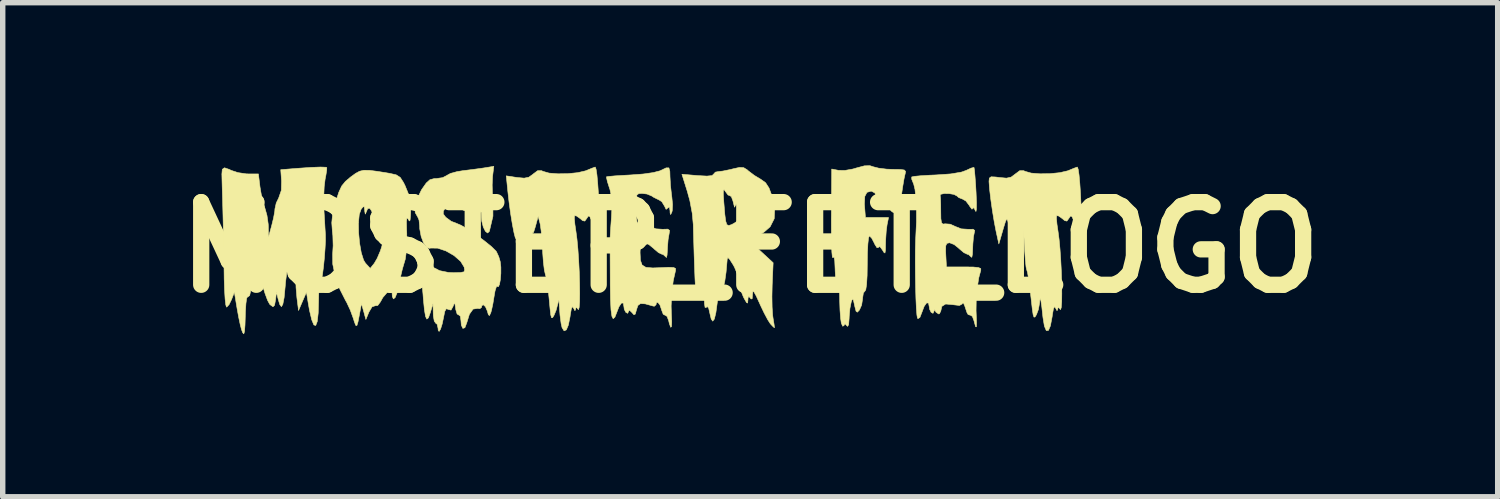
<source format=kicad_pcb>
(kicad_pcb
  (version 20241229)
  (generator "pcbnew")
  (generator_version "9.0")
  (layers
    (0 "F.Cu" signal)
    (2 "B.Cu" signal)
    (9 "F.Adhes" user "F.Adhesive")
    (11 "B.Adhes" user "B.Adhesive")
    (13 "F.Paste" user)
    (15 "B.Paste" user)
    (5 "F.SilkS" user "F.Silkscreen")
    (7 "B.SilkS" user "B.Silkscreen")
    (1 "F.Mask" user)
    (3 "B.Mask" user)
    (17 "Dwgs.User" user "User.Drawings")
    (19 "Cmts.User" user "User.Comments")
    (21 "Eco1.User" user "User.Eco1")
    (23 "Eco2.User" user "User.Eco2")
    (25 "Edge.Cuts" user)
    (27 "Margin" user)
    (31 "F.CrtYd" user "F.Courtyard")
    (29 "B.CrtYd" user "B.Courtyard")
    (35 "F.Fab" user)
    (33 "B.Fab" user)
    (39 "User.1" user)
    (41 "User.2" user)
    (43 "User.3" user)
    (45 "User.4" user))
  (footprint "MOSTER_FET_LOGO"
    (layer "F.Cu")
    (at 10.784 1.512)
    (property "Reference" "MOSTER_FET_LOGO" (at 0 0 0) (layer "F.SilkS") (effects (font (size 1.524 1.524) (thickness 0.3))))
    (attr through_hole)
    (fp_poly (pts (xy -7.023 -1.421) (xy -6.875 -1.402) (xy -6.664 -1.368) (xy -6.647 -1.365) (xy -6.528 -1.338) (xy -6.454 -1.291) (xy -6.395 -1.2) (xy -6.365 -1.14) (xy -6.298 -0.976) (xy -6.266 -0.827) (xy -6.261 -0.65) (xy -6.264 -0.593) (xy -6.272 -0.502) (xy -6.287 -0.487) (xy -6.311 -0.529) (xy -6.33 -0.542) (xy -6.339 -0.475) (xy -6.336 -0.327) (xy -6.333 -0.26) (xy -6.332 0.019) (xy -6.362 0.223) (xy -6.374 0.263) (xy -6.414 0.398) (xy -6.455 0.573) (xy -6.481 0.702) (xy -6.513 0.841) (xy -6.548 0.926) (xy -6.58 0.95) (xy -6.6 0.904) (xy -6.604 0.838) (xy -6.608 0.778) (xy -6.634 0.779) (xy -6.694 0.83) (xy -6.775 0.925) (xy -6.819 1.005) (xy -6.869 1.072) (xy -6.914 1.076) (xy -6.973 1.096) (xy -7.03 1.191) (xy -7.087 1.329) (xy -7.127 1.183) (xy -7.168 1.037) (xy -7.203 1.225) (xy -7.232 1.373) (xy -7.253 1.442) (xy -7.275 1.437) (xy -7.302 1.364) (xy -7.319 1.308) (xy -7.375 1.155) (xy -7.443 1.01) (xy -7.46 0.982) (xy -7.57 0.765) (xy -7.652 0.531) (xy -7.698 0.309) (xy -7.7 0.127) (xy -7.691 -0.031) (xy -7.696 -0.215) (xy -7.705 -0.296) (xy -7.716 -0.453) (xy -7.716 -0.456) (xy -7.224 -0.456) (xy -7.221 -0.27) (xy -7.203 -0.077) (xy -7.172 0.099) (xy -7.129 0.235) (xy -7.096 0.289) (xy -7.007 0.387) (xy -6.933 0.295) (xy -6.878 0.201) (xy -6.82 0.064) (xy -6.795 -0.012) (xy -6.758 -0.163) (xy -6.735 -0.304) (xy -6.732 -0.357) (xy -6.733 -0.487) (xy -6.805 -0.37) (xy -6.874 -0.278) (xy -6.918 -0.266) (xy -6.939 -0.335) (xy -6.943 -0.42) (xy -6.953 -0.564) (xy -6.98 -0.669) (xy -7.016 -0.723) (xy -7.054 -0.714) (xy -7.083 -0.646) (xy -7.098 -0.614) (xy -7.108 -0.666) (xy -7.108 -0.677) (xy -7.117 -0.75) (xy -7.141 -0.745) (xy -7.175 -0.703) (xy -7.209 -0.608) (xy -7.224 -0.456) (xy -7.716 -0.456) (xy -7.701 -0.607) (xy -7.657 -0.794) (xy -7.641 -0.847) (xy -7.586 -1.017) (xy -7.533 -1.132) (xy -7.464 -1.217) (xy -7.366 -1.3) (xy -7.361 -1.303) (xy -7.276 -1.365) (xy -7.204 -1.404) (xy -7.126 -1.422) (xy -7.023 -1.421)) (stroke (width 0.01) (type solid)) (fill yes) (layer "F.SilkS"))
    (fp_poly (pts (xy 2.271 -1.486) (xy 2.37 -1.461) (xy 2.516 -1.443) (xy 2.63 -1.439) (xy 2.77 -1.437) (xy 2.843 -1.427) (xy 2.866 -1.4) (xy 2.856 -1.35) (xy 2.854 -1.344) (xy 2.836 -1.261) (xy 2.812 -1.119) (xy 2.786 -0.941) (xy 2.774 -0.847) (xy 2.75 -0.665) (xy 2.73 -0.559) (xy 2.713 -0.522) (xy 2.696 -0.545) (xy 2.691 -0.561) (xy 2.657 -0.636) (xy 2.621 -0.654) (xy 2.593 -0.677) (xy 2.565 -0.76) (xy 2.556 -0.808) (xy 2.527 -0.985) (xy 2.399 -0.741) (xy 2.353 -0.89) (xy 2.297 -1.005) (xy 2.232 -1.038) (xy 2.153 -1.015) (xy 2.113 -0.94) (xy 2.106 -0.8) (xy 2.11 -0.744) (xy 2.125 -0.55) (xy 2.551 -0.55) (xy 2.524 -0.418) (xy 2.508 -0.295) (xy 2.498 -0.137) (xy 2.496 -0.069) (xy 2.494 0.054) (xy 2.485 0.104) (xy 2.464 0.09) (xy 2.438 0.047) (xy 2.391 -0.016) (xy 2.363 0.001) (xy 2.338 0.006) (xy 2.298 -0.057) (xy 2.289 -0.077) (xy 2.242 -0.168) (xy 2.2 -0.211) (xy 2.196 -0.212) (xy 2.182 -0.172) (xy 2.17 -0.064) (xy 2.162 0.096) (xy 2.159 0.291) (xy 2.159 0.296) (xy 2.156 0.519) (xy 2.146 0.684) (xy 2.131 0.782) (xy 2.117 0.804) (xy 2.087 0.841) (xy 2.073 0.932) (xy 2.073 0.942) (xy 2.055 1.063) (xy 2.014 1.155) (xy 1.976 1.195) (xy 1.952 1.177) (xy 1.929 1.089) (xy 1.925 1.07) (xy 1.903 0.972) (xy 1.887 0.949) (xy 1.867 0.994) (xy 1.861 1.016) (xy 1.839 1.126) (xy 1.826 1.269) (xy 1.824 1.312) (xy 1.815 1.426) (xy 1.795 1.457) (xy 1.782 1.445) (xy 1.748 1.409) (xy 1.727 1.444) (xy 1.705 1.454) (xy 1.68 1.396) (xy 1.667 1.307) (xy 1.656 1.16) (xy 1.65 0.981) (xy 1.649 0.91) (xy 1.643 0.724) (xy 1.632 0.621) (xy 1.615 0.602) (xy 1.609 0.614) (xy 1.588 0.633) (xy 1.575 0.575) (xy 1.567 0.437) (xy 1.566 0.402) (xy 1.559 0.248) (xy 1.546 0.177) (xy 1.527 0.187) (xy 1.525 0.191) (xy 1.515 0.177) (xy 1.506 0.089) (xy 1.5 -0.063) (xy 1.497 -0.271) (xy 1.496 -0.523) (xy 1.497 -0.585) (xy 1.503 -1.445) (xy 1.628 -1.421) (xy 1.745 -1.419) (xy 1.896 -1.446) (xy 1.96 -1.465) (xy 2.106 -1.504) (xy 2.207 -1.507) (xy 2.271 -1.486)) (stroke (width 0.01) (type solid)) (fill yes) (layer "F.SilkS"))
    (fp_poly (pts (xy -2.842 -1.442) (xy -2.826 -1.336) (xy -2.812 -1.181) (xy -2.799 -0.995) (xy -2.79 -0.796) (xy -2.785 -0.601) (xy -2.785 -0.429) (xy -2.789 -0.339) (xy -2.812 -0.272) (xy -2.852 -0.256) (xy -2.878 -0.299) (xy -2.879 -0.315) (xy -2.893 -0.397) (xy -2.924 -0.495) (xy -2.959 -0.572) (xy -2.985 -0.578) (xy -3.012 -0.537) (xy -3.05 -0.485) (xy -3.091 -0.494) (xy -3.137 -0.533) (xy -3.204 -0.58) (xy -3.239 -0.585) (xy -3.243 -0.536) (xy -3.233 -0.427) (xy -3.213 -0.292) (xy -3.194 -0.149) (xy -3.177 0.033) (xy -3.163 0.239) (xy -3.152 0.454) (xy -3.146 0.663) (xy -3.144 0.851) (xy -3.146 1.005) (xy -3.154 1.108) (xy -3.167 1.147) (xy -3.173 1.143) (xy -3.208 1.101) (xy -3.219 1.132) (xy -3.22 1.143) (xy -3.232 1.168) (xy -3.257 1.122) (xy -3.279 1.093) (xy -3.298 1.132) (xy -3.318 1.245) (xy -3.322 1.278) (xy -3.353 1.432) (xy -3.391 1.521) (xy -3.432 1.539) (xy -3.469 1.481) (xy -3.487 1.404) (xy -3.507 1.251) (xy -3.519 1.09) (xy -3.52 1.079) (xy -3.525 0.986) (xy -3.534 0.974) (xy -3.544 1.027) (xy -3.579 1.159) (xy -3.617 1.251) (xy -3.644 1.296) (xy -3.663 1.297) (xy -3.678 1.245) (xy -3.691 1.128) (xy -3.704 0.987) (xy -3.722 0.805) (xy -3.745 0.644) (xy -3.768 0.531) (xy -3.775 0.509) (xy -3.796 0.418) (xy -3.814 0.269) (xy -3.827 0.092) (xy -3.829 0.042) (xy -3.839 -0.141) (xy -3.855 -0.307) (xy -3.872 -0.426) (xy -3.876 -0.445) (xy -3.91 -0.572) (xy -3.962 -0.381) (xy -3.992 -0.286) (xy -4.012 -0.252) (xy -4.018 -0.267) (xy -4.037 -0.32) (xy -4.059 -0.321) (xy -4.092 -0.341) (xy -4.124 -0.42) (xy -4.127 -0.435) (xy -4.158 -0.572) (xy -4.232 -0.339) (xy -4.277 -0.219) (xy -4.312 -0.163) (xy -4.33 -0.169) (xy -4.355 -0.267) (xy -4.386 -0.427) (xy -4.418 -0.624) (xy -4.447 -0.836) (xy -4.469 -1.03) (xy -4.498 -1.319) (xy -4.3 -1.289) (xy -4.168 -1.277) (xy -4.083 -1.294) (xy -4.007 -1.348) (xy -4.002 -1.353) (xy -3.919 -1.415) (xy -3.849 -1.415) (xy -3.817 -1.401) (xy -3.708 -1.37) (xy -3.545 -1.357) (xy -3.36 -1.36) (xy -3.181 -1.378) (xy -3.039 -1.411) (xy -3.02 -1.418) (xy -2.921 -1.459) (xy -2.863 -1.48) (xy -2.858 -1.482) (xy -2.842 -1.442)) (stroke (width 0.01) (type solid)) (fill yes) (layer "F.SilkS"))
    (fp_poly (pts (xy 6.048 -1.442) (xy 6.064 -1.336) (xy 6.078 -1.181) (xy 6.091 -0.995) (xy 6.1 -0.796) (xy 6.105 -0.601) (xy 6.105 -0.429) (xy 6.101 -0.339) (xy 6.078 -0.272) (xy 6.038 -0.256) (xy 6.012 -0.299) (xy 6.011 -0.315) (xy 5.997 -0.397) (xy 5.966 -0.495) (xy 5.931 -0.572) (xy 5.905 -0.578) (xy 5.878 -0.537) (xy 5.84 -0.485) (xy 5.799 -0.494) (xy 5.753 -0.533) (xy 5.686 -0.58) (xy 5.651 -0.585) (xy 5.647 -0.536) (xy 5.657 -0.427) (xy 5.677 -0.292) (xy 5.696 -0.149) (xy 5.713 0.033) (xy 5.727 0.239) (xy 5.738 0.454) (xy 5.744 0.663) (xy 5.746 0.851) (xy 5.744 1.005) (xy 5.736 1.108) (xy 5.723 1.147) (xy 5.717 1.143) (xy 5.682 1.101) (xy 5.671 1.132) (xy 5.67 1.143) (xy 5.658 1.168) (xy 5.633 1.122) (xy 5.611 1.093) (xy 5.592 1.132) (xy 5.572 1.245) (xy 5.568 1.278) (xy 5.536 1.447) (xy 5.499 1.532) (xy 5.46 1.534) (xy 5.425 1.452) (xy 5.398 1.287) (xy 5.397 1.278) (xy 5.377 1.094) (xy 5.36 0.981) (xy 5.347 0.943) (xy 5.339 0.985) (xy 5.337 1.022) (xy 5.314 1.147) (xy 5.278 1.241) (xy 5.252 1.283) (xy 5.233 1.286) (xy 5.217 1.239) (xy 5.201 1.131) (xy 5.181 0.951) (xy 5.176 0.91) (xy 5.155 0.723) (xy 5.132 0.566) (xy 5.113 0.459) (xy 5.102 0.424) (xy 5.087 0.363) (xy 5.074 0.239) (xy 5.063 0.076) (xy 5.06 0.009) (xy 5.05 -0.173) (xy 5.033 -0.332) (xy 5.013 -0.443) (xy 5.007 -0.464) (xy 4.98 -0.524) (xy 4.961 -0.522) (xy 4.942 -0.447) (xy 4.933 -0.4) (xy 4.909 -0.309) (xy 4.887 -0.278) (xy 4.88 -0.286) (xy 4.843 -0.322) (xy 4.828 -0.318) (xy 4.797 -0.34) (xy 4.767 -0.42) (xy 4.764 -0.435) (xy 4.746 -0.505) (xy 4.73 -0.522) (xy 4.708 -0.478) (xy 4.672 -0.363) (xy 4.659 -0.318) (xy 4.585 -0.064) (xy 4.534 -0.296) (xy 4.5 -0.472) (xy 4.466 -0.679) (xy 4.436 -0.89) (xy 4.414 -1.077) (xy 4.404 -1.212) (xy 4.404 -1.22) (xy 4.41 -1.278) (xy 4.443 -1.302) (xy 4.527 -1.298) (xy 4.596 -1.289) (xy 4.726 -1.277) (xy 4.812 -1.296) (xy 4.888 -1.353) (xy 4.971 -1.415) (xy 5.041 -1.415) (xy 5.073 -1.401) (xy 5.182 -1.37) (xy 5.345 -1.357) (xy 5.53 -1.36) (xy 5.709 -1.378) (xy 5.851 -1.411) (xy 5.87 -1.418) (xy 5.969 -1.459) (xy 6.027 -1.48) (xy 6.032 -1.482) (xy 6.048 -1.442)) (stroke (width 0.01) (type solid)) (fill yes) (layer "F.SilkS"))
    (fp_poly (pts (xy 4.127 -1.474) (xy 4.135 -1.429) (xy 4.145 -1.317) (xy 4.157 -1.157) (xy 4.165 -1.016) (xy 4.173 -0.826) (xy 4.172 -0.706) (xy 4.163 -0.661) (xy 4.152 -0.677) (xy 4.124 -0.733) (xy 4.109 -0.72) (xy 4.089 -0.704) (xy 4.047 -0.76) (xy 4.04 -0.773) (xy 3.979 -0.854) (xy 3.92 -0.889) (xy 3.92 -0.889) (xy 3.845 -0.919) (xy 3.814 -0.947) (xy 3.758 -0.977) (xy 3.668 -0.992) (xy 3.576 -0.993) (xy 3.513 -0.979) (xy 3.503 -0.958) (xy 3.509 -0.905) (xy 3.513 -0.793) (xy 3.514 -0.672) (xy 3.516 -0.53) (xy 3.528 -0.455) (xy 3.554 -0.43) (xy 3.596 -0.435) (xy 3.69 -0.428) (xy 3.774 -0.389) (xy 3.892 -0.342) (xy 4.016 -0.334) (xy 4.111 -0.335) (xy 4.141 -0.312) (xy 4.133 -0.275) (xy 4.117 -0.193) (xy 4.106 -0.064) (xy 4.103 0.014) (xy 4.098 0.126) (xy 4.087 0.182) (xy 4.078 0.18) (xy 4.025 0.131) (xy 4.004 0.127) (xy 3.942 0.098) (xy 3.86 0.029) (xy 3.852 0.021) (xy 3.762 -0.052) (xy 3.678 -0.085) (xy 3.673 -0.085) (xy 3.627 -0.074) (xy 3.606 -0.029) (xy 3.604 0.072) (xy 3.607 0.138) (xy 3.619 0.36) (xy 3.948 0.36) (xy 4.114 0.362) (xy 4.211 0.372) (xy 4.252 0.391) (xy 4.252 0.423) (xy 4.215 0.56) (xy 4.186 0.75) (xy 4.168 0.962) (xy 4.165 1.164) (xy 4.167 1.217) (xy 4.174 1.383) (xy 4.171 1.465) (xy 4.157 1.463) (xy 4.133 1.378) (xy 4.127 1.354) (xy 4.097 1.273) (xy 4.062 1.25) (xy 4.06 1.251) (xy 4.018 1.238) (xy 3.996 1.199) (xy 3.956 1.079) (xy 3.932 1.026) (xy 3.917 1.026) (xy 3.909 1.043) (xy 3.859 1.071) (xy 3.741 1.057) (xy 3.735 1.056) (xy 3.604 1.044) (xy 3.534 1.088) (xy 3.514 1.175) (xy 3.489 1.224) (xy 3.475 1.228) (xy 3.426 1.195) (xy 3.415 1.175) (xy 3.396 1.146) (xy 3.39 1.177) (xy 3.371 1.216) (xy 3.336 1.197) (xy 3.308 1.14) (xy 3.302 1.098) (xy 3.288 1.026) (xy 3.253 1.024) (xy 3.208 1.087) (xy 3.17 1.187) (xy 3.129 1.292) (xy 3.094 1.314) (xy 3.084 1.303) (xy 3.074 1.246) (xy 3.064 1.12) (xy 3.056 0.944) (xy 3.05 0.732) (xy 3.046 0.503) (xy 3.044 0.272) (xy 3.045 0.056) (xy 3.05 -0.127) (xy 3.055 -0.233) (xy 3.066 -0.466) (xy 3.066 -0.696) (xy 3.056 -0.903) (xy 3.039 -1.068) (xy 3.014 -1.171) (xy 3.01 -1.178) (xy 2.978 -1.259) (xy 2.978 -1.299) (xy 3.027 -1.31) (xy 3.142 -1.321) (xy 3.302 -1.331) (xy 3.425 -1.336) (xy 3.699 -1.355) (xy 3.894 -1.388) (xy 3.983 -1.42) (xy 4.073 -1.462) (xy 4.125 -1.475) (xy 4.127 -1.474)) (stroke (width 0.01) (type solid)) (fill yes) (layer "F.SilkS"))
    (fp_poly (pts (xy -0.121 -1.471) (xy -0.057 -1.432) (xy -0.033 -1.41) (xy 0.077 -1.327) (xy 0.195 -1.256) (xy 0.283 -1.193) (xy 0.347 -1.095) (xy 0.399 -0.955) (xy 0.452 -0.718) (xy 0.443 -0.529) (xy 0.368 -0.381) (xy 0.252 -0.279) (xy 0.136 -0.212) (xy 0.039 -0.172) (xy 0.011 -0.167) (xy -0.006 -0.145) (xy 0.04 -0.079) (xy 0.152 0.033) (xy 0.18 0.059) (xy 0.423 0.283) (xy 0.405 0.703) (xy 0.401 0.906) (xy 0.404 1.099) (xy 0.414 1.251) (xy 0.421 1.302) (xy 0.439 1.411) (xy 0.447 1.475) (xy 0.445 1.482) (xy 0.414 1.454) (xy 0.371 1.408) (xy 0.323 1.333) (xy 0.256 1.207) (xy 0.183 1.054) (xy 0.176 1.037) (xy 0.11 0.894) (xy 0.07 0.822) (xy 0.05 0.813) (xy 0.043 0.86) (xy 0.043 0.868) (xy 0.036 0.948) (xy 0.015 0.951) (xy 0 0.931) (xy -0.03 0.9) (xy -0.041 0.943) (xy -0.042 0.972) (xy -0.047 1.026) (xy -0.067 1.018) (xy -0.111 0.942) (xy -0.127 0.91) (xy -0.181 0.774) (xy -0.21 0.643) (xy -0.212 0.615) (xy -0.234 0.5) (xy -0.291 0.363) (xy -0.316 0.318) (xy -0.379 0.22) (xy -0.411 0.188) (xy -0.424 0.216) (xy -0.427 0.254) (xy -0.445 0.457) (xy -0.469 0.626) (xy -0.497 0.749) (xy -0.525 0.813) (xy -0.547 0.809) (xy -0.568 0.818) (xy -0.59 0.897) (xy -0.607 1.016) (xy -0.633 1.205) (xy -0.661 1.321) (xy -0.691 1.36) (xy -0.719 1.321) (xy -0.741 1.229) (xy -0.766 1.12) (xy -0.793 1.09) (xy -0.808 1.106) (xy -0.832 1.109) (xy -0.844 1.031) (xy -0.846 0.957) (xy -0.848 0.835) (xy -0.86 0.784) (xy -0.889 0.79) (xy -0.927 0.822) (xy -0.96 0.848) (xy -0.984 0.849) (xy -0.999 0.813) (xy -1.01 0.726) (xy -1.018 0.578) (xy -1.026 0.373) (xy -1.034 0.139) (xy -1.041 -0.095) (xy -1.047 -0.298) (xy -1.05 -0.423) (xy -1.069 -0.629) (xy -1.113 -0.863) (xy -1.146 -0.982) (xy -0.496 -0.982) (xy -0.487 -0.84) (xy -0.484 -0.804) (xy -0.468 -0.609) (xy -0.452 -0.485) (xy -0.431 -0.42) (xy -0.398 -0.403) (xy -0.347 -0.419) (xy -0.308 -0.439) (xy -0.194 -0.513) (xy -0.112 -0.585) (xy -0.057 -0.686) (xy -0.063 -0.801) (xy -0.101 -0.917) (xy -0.148 -0.95) (xy -0.204 -0.899) (xy -0.227 -0.859) (xy -0.289 -0.741) (xy -0.319 -0.859) (xy -0.347 -0.935) (xy -0.373 -0.953) (xy -0.373 -0.953) (xy -0.409 -0.966) (xy -0.453 -1.025) (xy -0.481 -1.064) (xy -0.494 -1.054) (xy -0.496 -0.982) (xy -1.146 -0.982) (xy -1.157 -1.024) (xy -1.259 -1.349) (xy -0.968 -1.324) (xy -0.798 -1.315) (xy -0.704 -1.324) (xy -0.677 -1.349) (xy -0.642 -1.388) (xy -0.593 -1.397) (xy -0.502 -1.408) (xy -0.371 -1.435) (xy -0.319 -1.448) (xy -0.197 -1.475) (xy -0.121 -1.471)) (stroke (width 0.01) (type solid)) (fill yes) (layer "F.SilkS"))
    (fp_poly (pts (xy -1.499 -1.466) (xy -1.482 -1.403) (xy -1.479 -1.302) (xy -1.47 -1.14) (xy -1.45 -0.964) (xy -1.445 -0.927) (xy -1.432 -0.792) (xy -1.437 -0.681) (xy -1.444 -0.652) (xy -1.467 -0.605) (xy -1.477 -0.633) (xy -1.479 -0.677) (xy -1.49 -0.744) (xy -1.516 -0.731) (xy -1.519 -0.727) (xy -1.551 -0.701) (xy -1.576 -0.753) (xy -1.578 -0.758) (xy -1.63 -0.843) (xy -1.679 -0.874) (xy -1.778 -0.923) (xy -1.816 -0.948) (xy -1.902 -0.984) (xy -1.992 -0.995) (xy -2.053 -0.992) (xy -2.088 -0.969) (xy -2.103 -0.909) (xy -2.105 -0.793) (xy -2.104 -0.706) (xy -2.099 -0.554) (xy -2.087 -0.469) (xy -2.063 -0.436) (xy -2.026 -0.437) (xy -1.939 -0.429) (xy -1.856 -0.389) (xy -1.738 -0.342) (xy -1.615 -0.334) (xy -1.519 -0.337) (xy -1.486 -0.312) (xy -1.496 -0.247) (xy -1.514 -0.143) (xy -1.525 -0.002) (xy -1.527 0.042) (xy -1.533 0.143) (xy -1.545 0.187) (xy -1.552 0.18) (xy -1.605 0.131) (xy -1.626 0.127) (xy -1.689 0.098) (xy -1.771 0.029) (xy -1.778 0.021) (xy -1.868 -0.052) (xy -1.95 -0.085) (xy -1.955 -0.085) (xy -2.005 -0.069) (xy -2.027 -0.007) (xy -2.031 0.095) (xy -2.024 0.238) (xy -1.994 0.325) (xy -1.924 0.368) (xy -1.798 0.379) (xy -1.656 0.374) (xy -1.5 0.367) (xy -1.412 0.371) (xy -1.376 0.389) (xy -1.376 0.424) (xy -1.377 0.428) (xy -1.419 0.614) (xy -1.447 0.844) (xy -1.458 1.081) (xy -1.454 1.217) (xy -1.447 1.375) (xy -1.451 1.461) (xy -1.466 1.473) (xy -1.491 1.406) (xy -1.503 1.354) (xy -1.533 1.273) (xy -1.568 1.25) (xy -1.57 1.251) (xy -1.604 1.233) (xy -1.634 1.154) (xy -1.636 1.146) (xy -1.665 1.061) (xy -1.702 1.015) (xy -1.73 1.022) (xy -1.736 1.057) (xy -1.767 1.085) (xy -1.789 1.082) (xy -1.936 1.041) (xy -2.023 1.036) (xy -2.07 1.07) (xy -2.096 1.146) (xy -2.119 1.23) (xy -2.144 1.242) (xy -2.183 1.199) (xy -2.229 1.155) (xy -2.242 1.177) (xy -2.259 1.216) (xy -2.293 1.198) (xy -2.322 1.143) (xy -2.328 1.098) (xy -2.341 1.026) (xy -2.375 1.027) (xy -2.42 1.095) (xy -2.456 1.187) (xy -2.495 1.286) (xy -2.527 1.315) (xy -2.55 1.271) (xy -2.567 1.151) (xy -2.577 0.953) (xy -2.581 0.674) (xy -2.581 0.614) (xy -2.582 0.384) (xy -2.583 0.18) (xy -2.583 0.018) (xy -2.584 -0.084) (xy -2.585 -0.106) (xy -2.583 -0.186) (xy -2.575 -0.325) (xy -2.563 -0.496) (xy -2.559 -0.55) (xy -2.548 -0.768) (xy -2.557 -0.93) (xy -2.586 -1.067) (xy -2.597 -1.099) (xy -2.633 -1.212) (xy -2.65 -1.287) (xy -2.65 -1.302) (xy -2.604 -1.309) (xy -2.493 -1.319) (xy -2.334 -1.329) (xy -2.203 -1.336) (xy -1.976 -1.353) (xy -1.791 -1.379) (xy -1.667 -1.411) (xy -1.649 -1.419) (xy -1.549 -1.467) (xy -1.499 -1.466)) (stroke (width 0.01) (type solid)) (fill yes) (layer "F.SilkS"))
    (fp_poly (pts (xy -7.825 -1.478) (xy -7.808 -1.472) (xy -7.809 -1.427) (xy -7.825 -1.327) (xy -7.839 -1.256) (xy -7.856 -1.118) (xy -7.864 -0.93) (xy -7.862 -0.726) (xy -7.859 -0.664) (xy -7.848 -0.488) (xy -7.84 -0.343) (xy -7.834 -0.252) (xy -7.833 -0.233) (xy -7.832 -0.122) (xy -7.84 0.025) (xy -7.852 0.189) (xy -7.868 0.351) (xy -7.886 0.491) (xy -7.903 0.591) (xy -7.918 0.63) (xy -7.922 0.628) (xy -7.938 0.64) (xy -7.95 0.726) (xy -7.957 0.874) (xy -7.959 0.974) (xy -7.966 1.211) (xy -7.984 1.367) (xy -8.012 1.44) (xy -8.046 1.43) (xy -8.085 1.337) (xy -8.127 1.16) (xy -8.152 1.016) (xy -8.183 0.826) (xy -8.256 0.995) (xy -8.329 1.164) (xy -8.359 0.927) (xy -8.375 0.739) (xy -8.38 0.539) (xy -8.378 0.461) (xy -8.37 0.239) (xy -8.372 0.053) (xy -8.381 -0.086) (xy -8.398 -0.165) (xy -8.421 -0.174) (xy -8.424 -0.169) (xy -8.449 -0.09) (xy -8.464 0.035) (xy -8.466 0.093) (xy -8.474 0.215) (xy -8.494 0.298) (xy -8.506 0.316) (xy -8.526 0.366) (xy -8.548 0.48) (xy -8.568 0.638) (xy -8.575 0.72) (xy -8.595 0.928) (xy -8.619 1.051) (xy -8.645 1.093) (xy -8.675 1.053) (xy -8.702 0.963) (xy -8.736 0.826) (xy -8.752 0.963) (xy -8.771 1.067) (xy -8.8 1.095) (xy -8.852 1.057) (xy -8.861 1.048) (xy -8.899 0.978) (xy -8.947 0.849) (xy -8.997 0.685) (xy -9.043 0.511) (xy -9.076 0.351) (xy -9.085 0.296) (xy -9.107 0.142) (xy -9.129 0) (xy -9.151 -0.09) (xy -9.172 -0.105) (xy -9.191 -0.059) (xy -9.205 0.04) (xy -9.212 0.18) (xy -9.209 0.35) (xy -9.207 0.389) (xy -9.201 0.616) (xy -9.208 0.785) (xy -9.23 0.887) (xy -9.264 0.914) (xy -9.27 0.911) (xy -9.286 0.94) (xy -9.299 1.036) (xy -9.308 1.18) (xy -9.31 1.237) (xy -9.316 1.432) (xy -9.325 1.549) (xy -9.338 1.594) (xy -9.358 1.574) (xy -9.38 1.517) (xy -9.404 1.425) (xy -9.434 1.282) (xy -9.463 1.122) (xy -9.512 0.826) (xy -9.565 0.963) (xy -9.61 1.055) (xy -9.652 1.1) (xy -9.656 1.101) (xy -9.67 1.061) (xy -9.683 0.951) (xy -9.693 0.787) (xy -9.7 0.583) (xy -9.701 0.497) (xy -9.705 0.21) (xy -9.711 -0.113) (xy -9.718 -0.431) (xy -9.724 -0.677) (xy -9.73 -0.897) (xy -9.736 -1.093) (xy -9.74 -1.247) (xy -9.742 -1.338) (xy -9.743 -1.347) (xy -9.735 -1.44) (xy -9.694 -1.468) (xy -9.604 -1.437) (xy -9.573 -1.421) (xy -9.447 -1.379) (xy -9.293 -1.356) (xy -9.257 -1.355) (xy -9.069 -1.355) (xy -9.039 -1.111) (xy -9.011 -0.947) (xy -8.973 -0.793) (xy -8.949 -0.725) (xy -8.911 -0.59) (xy -8.888 -0.429) (xy -8.886 -0.386) (xy -8.882 -0.191) (xy -8.824 -0.402) (xy -8.789 -0.545) (xy -8.767 -0.668) (xy -8.764 -0.711) (xy -8.74 -0.819) (xy -8.695 -0.911) (xy -8.646 -1.052) (xy -8.642 -1.224) (xy -8.657 -1.433) (xy -8.361 -1.457) (xy -8.102 -1.475) (xy -7.923 -1.482) (xy -7.825 -1.478)) (stroke (width 0.01) (type solid)) (fill yes) (layer "F.SilkS"))
    (fp_poly (pts (xy -4.751 -1.308) (xy -4.758 -1.152) (xy -4.753 -0.97) (xy -4.745 -0.889) (xy -4.744 -0.576) (xy -4.81 -0.296) (xy -4.842 -0.265) (xy -4.883 -0.297) (xy -4.922 -0.375) (xy -4.949 -0.48) (xy -4.955 -0.548) (xy -4.958 -0.643) (xy -4.97 -0.663) (xy -5.002 -0.616) (xy -5.01 -0.602) (xy -5.066 -0.538) (xy -5.107 -0.555) (xy -5.122 -0.638) (xy -5.154 -0.713) (xy -5.186 -0.735) (xy -5.24 -0.736) (xy -5.249 -0.718) (xy -5.268 -0.677) (xy -5.312 -0.698) (xy -5.363 -0.771) (xy -5.37 -0.786) (xy -5.424 -0.864) (xy -5.488 -0.867) (xy -5.571 -0.792) (xy -5.604 -0.75) (xy -5.658 -0.669) (xy -5.66 -0.617) (xy -5.614 -0.555) (xy -5.612 -0.554) (xy -5.513 -0.481) (xy -5.417 -0.444) (xy -5.328 -0.406) (xy -5.196 -0.328) (xy -5.045 -0.226) (xy -4.895 -0.115) (xy -4.768 -0.012) (xy -4.687 0.068) (xy -4.678 0.082) (xy -4.636 0.173) (xy -4.609 0.265) (xy -4.598 0.363) (xy -4.598 0.48) (xy -4.607 0.595) (xy -4.624 0.685) (xy -4.645 0.726) (xy -4.658 0.718) (xy -4.68 0.725) (xy -4.705 0.802) (xy -4.721 0.894) (xy -4.745 1.04) (xy -4.771 1.161) (xy -4.784 1.206) (xy -4.809 1.258) (xy -4.829 1.239) (xy -4.847 1.175) (xy -4.882 1.094) (xy -4.923 1.057) (xy -4.95 1.077) (xy -4.953 1.104) (xy -4.985 1.13) (xy -5.028 1.125) (xy -5.11 1.138) (xy -5.178 1.233) (xy -5.226 1.388) (xy -5.261 1.481) (xy -5.299 1.494) (xy -5.327 1.434) (xy -5.334 1.35) (xy -5.345 1.269) (xy -5.372 1.246) (xy -5.374 1.247) (xy -5.405 1.228) (xy -5.429 1.148) (xy -5.431 1.133) (xy -5.444 1.046) (xy -5.459 1.036) (xy -5.481 1.091) (xy -5.517 1.156) (xy -5.565 1.145) (xy -5.568 1.142) (xy -5.605 1.132) (xy -5.633 1.183) (xy -5.652 1.279) (xy -5.68 1.412) (xy -5.71 1.507) (xy -5.737 1.55) (xy -5.753 1.53) (xy -5.756 1.492) (xy -5.773 1.418) (xy -5.8 1.397) (xy -5.826 1.359) (xy -5.843 1.264) (xy -5.845 1.217) (xy -5.849 1.037) (xy -5.9 1.206) (xy -5.934 1.299) (xy -5.963 1.322) (xy -5.987 1.273) (xy -6.008 1.147) (xy -6.028 0.941) (xy -6.034 0.858) (xy -6.053 0.666) (xy -6.081 0.486) (xy -6.112 0.35) (xy -6.121 0.325) (xy -6.154 0.224) (xy -6.151 0.188) (xy -6.129 0.196) (xy -6.063 0.236) (xy -5.956 0.303) (xy -5.887 0.347) (xy -5.727 0.429) (xy -5.565 0.462) (xy -5.471 0.466) (xy -5.341 0.463) (xy -5.277 0.45) (xy -5.261 0.418) (xy -5.271 0.37) (xy -5.339 0.258) (xy -5.461 0.151) (xy -5.611 0.065) (xy -5.764 0.014) (xy -5.893 0.012) (xy -5.912 0.018) (xy -5.968 -0.000217) (xy -6.023 -0.081) (xy -6.068 -0.202) (xy -6.094 -0.343) (xy -6.096 -0.398) (xy -6.107 -0.504) (xy -6.134 -0.568) (xy -6.138 -0.572) (xy -6.178 -0.642) (xy -6.176 -0.761) (xy -6.136 -0.908) (xy -6.062 -1.06) (xy -6.055 -1.071) (xy -5.973 -1.188) (xy -5.906 -1.248) (xy -5.827 -1.269) (xy -5.785 -1.27) (xy -5.672 -1.286) (xy -5.596 -1.325) (xy -5.593 -1.328) (xy -5.527 -1.364) (xy -5.406 -1.397) (xy -5.302 -1.414) (xy -5.132 -1.435) (xy -4.966 -1.457) (xy -4.893 -1.468) (xy -4.728 -1.495) (xy -4.751 -1.308)) (stroke (width 0.01) (type solid)) (fill yes) (layer "F.SilkS")))
  (gr_rect
    (start -3 -3)
    (end 24.568 6.111)
    (stroke (width 0.1) (type default))
    (fill no)
    (layer "Edge.Cuts")))
</source>
